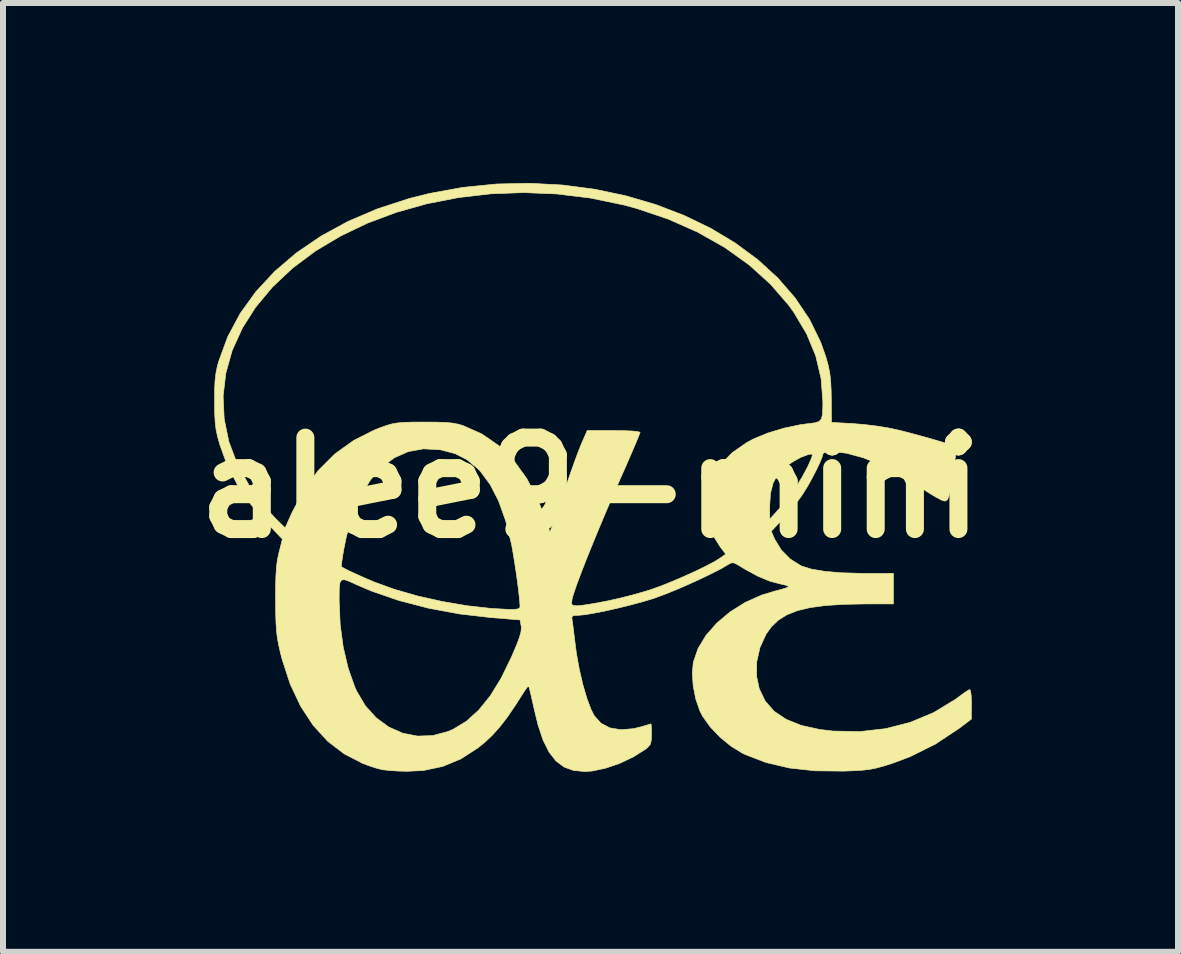
<source format=kicad_pcb>
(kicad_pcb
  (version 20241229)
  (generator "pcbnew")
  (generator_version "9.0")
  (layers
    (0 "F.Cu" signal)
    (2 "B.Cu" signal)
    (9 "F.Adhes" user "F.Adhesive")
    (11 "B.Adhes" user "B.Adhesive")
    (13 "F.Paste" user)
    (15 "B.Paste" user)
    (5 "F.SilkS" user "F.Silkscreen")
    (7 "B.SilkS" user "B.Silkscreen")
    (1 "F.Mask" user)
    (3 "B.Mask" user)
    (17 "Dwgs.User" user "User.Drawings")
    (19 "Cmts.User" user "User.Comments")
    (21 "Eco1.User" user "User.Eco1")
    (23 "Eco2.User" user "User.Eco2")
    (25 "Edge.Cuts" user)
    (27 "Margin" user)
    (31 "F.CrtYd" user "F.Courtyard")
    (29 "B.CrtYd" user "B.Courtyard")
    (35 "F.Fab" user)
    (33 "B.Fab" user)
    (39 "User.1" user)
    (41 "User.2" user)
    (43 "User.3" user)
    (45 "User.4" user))
  (footprint "alee9-mini"
    (layer "F.Cu")
    (at 6.793 5.079)
    (property "Reference" "alee9-mini" (at 0 0 0) (layer "F.SilkS") (effects (font (size 1.524 1.524) (thickness 0.3))))
    (attr through_hole)
    (fp_poly (pts (xy -0.466 -5.045) (xy 0.069 -4.975) (xy 0.587 -4.866) (xy 1.085 -4.72) (xy 1.558 -4.539) (xy 2.003 -4.324) (xy 2.414 -4.077) (xy 2.789 -3.8) (xy 3.123 -3.494) (xy 3.411 -3.162) (xy 3.651 -2.804) (xy 3.837 -2.423) (xy 3.924 -2.175) (xy 3.963 -2.034) (xy 3.988 -1.907) (xy 4.003 -1.774) (xy 4.011 -1.612) (xy 4.013 -1.489) (xy 4.016 -1.088) (xy 4.366 -1.069) (xy 4.553 -1.054) (xy 4.76 -1.029) (xy 4.952 -0.999) (xy 5.025 -0.984) (xy 5.147 -0.957) (xy 5.297 -0.919) (xy 5.461 -0.875) (xy 5.628 -0.829) (xy 5.786 -0.783) (xy 5.923 -0.742) (xy 6.027 -0.708) (xy 6.086 -0.685) (xy 6.094 -0.68) (xy 6.095 -0.642) (xy 6.086 -0.546) (xy 6.066 -0.399) (xy 6.036 -0.206) (xy 5.997 0.024) (xy 5.975 0.134) (xy 5.952 0.195) (xy 5.922 0.219) (xy 5.898 0.222) (xy 5.848 0.205) (xy 5.758 0.158) (xy 5.642 0.088) (xy 5.511 0.003) (xy 5.501 -0.003) (xy 5.172 -0.21) (xy 4.851 -0.376) (xy 4.547 -0.499) (xy 4.265 -0.575) (xy 4.014 -0.603) (xy 4.008 -0.603) (xy 3.912 -0.594) (xy 3.874 -0.567) (xy 3.873 -0.563) (xy 3.858 -0.505) (xy 3.817 -0.407) (xy 3.758 -0.283) (xy 3.687 -0.147) (xy 3.612 -0.013) (xy 3.539 0.104) (xy 3.524 0.127) (xy 3.437 0.246) (xy 3.327 0.382) (xy 3.216 0.509) (xy 3.203 0.523) (xy 3.012 0.727) (xy 3.074 0.866) (xy 3.18 1.038) (xy 3.329 1.189) (xy 3.502 1.298) (xy 3.52 1.307) (xy 3.682 1.357) (xy 3.902 1.394) (xy 4.179 1.418) (xy 4.517 1.428) (xy 4.612 1.429) (xy 5.048 1.429) (xy 5.048 1.937) (xy 4.596 1.937) (xy 4.23 1.944) (xy 3.921 1.963) (xy 3.662 1.998) (xy 3.448 2.049) (xy 3.272 2.119) (xy 3.129 2.209) (xy 3.013 2.321) (xy 2.927 2.44) (xy 2.824 2.663) (xy 2.77 2.905) (xy 2.769 3.148) (xy 2.813 3.354) (xy 2.913 3.559) (xy 3.062 3.728) (xy 3.263 3.862) (xy 3.515 3.963) (xy 3.819 4.03) (xy 4.039 4.056) (xy 4.488 4.065) (xy 4.921 4.016) (xy 5.332 3.91) (xy 5.718 3.749) (xy 6.074 3.533) (xy 6.145 3.481) (xy 6.23 3.419) (xy 6.295 3.377) (xy 6.323 3.365) (xy 6.335 3.395) (xy 6.345 3.472) (xy 6.349 3.582) (xy 6.349 3.612) (xy 6.347 3.858) (xy 6.137 4.016) (xy 5.749 4.273) (xy 5.327 4.483) (xy 5.038 4.592) (xy 4.889 4.639) (xy 4.767 4.672) (xy 4.653 4.695) (xy 4.529 4.709) (xy 4.375 4.718) (xy 4.224 4.724) (xy 3.747 4.719) (xy 3.315 4.672) (xy 2.926 4.581) (xy 2.577 4.447) (xy 2.53 4.424) (xy 2.34 4.307) (xy 2.156 4.156) (xy 1.994 3.985) (xy 1.869 3.81) (xy 1.824 3.724) (xy 1.754 3.522) (xy 1.711 3.302) (xy 1.697 3.088) (xy 1.713 2.91) (xy 1.791 2.683) (xy 1.924 2.463) (xy 2.105 2.257) (xy 2.325 2.071) (xy 2.577 1.913) (xy 2.852 1.79) (xy 3.077 1.722) (xy 3.186 1.694) (xy 3.266 1.668) (xy 3.302 1.65) (xy 3.302 1.648) (xy 3.274 1.631) (xy 3.203 1.612) (xy 3.17 1.606) (xy 2.99 1.559) (xy 2.785 1.473) (xy 2.572 1.357) (xy 2.543 1.339) (xy 2.448 1.281) (xy 2.389 1.253) (xy 2.347 1.253) (xy 2.303 1.275) (xy 2.289 1.284) (xy 2.178 1.349) (xy 2.022 1.429) (xy 1.836 1.519) (xy 1.634 1.611) (xy 1.431 1.699) (xy 1.24 1.776) (xy 1.077 1.837) (xy 1.032 1.852) (xy 0.85 1.906) (xy 0.648 1.96) (xy 0.438 2.011) (xy 0.235 2.057) (xy 0.05 2.093) (xy -0.101 2.118) (xy -0.205 2.127) (xy -0.209 2.127) (xy -0.284 2.131) (xy -0.311 2.153) (xy -0.307 2.208) (xy -0.306 2.215) (xy -0.294 2.295) (xy -0.28 2.408) (xy -0.27 2.492) (xy -0.235 2.764) (xy -0.186 3.033) (xy -0.127 3.286) (xy -0.061 3.512) (xy 0.009 3.697) (xy 0.063 3.802) (xy 0.174 3.926) (xy 0.324 4.004) (xy 0.508 4.034) (xy 0.718 4.016) (xy 0.844 3.985) (xy 0.934 3.958) (xy 0.994 3.941) (xy 1.008 3.937) (xy 1.012 3.966) (xy 1.015 4.04) (xy 1.016 4.11) (xy 1.012 4.214) (xy 0.995 4.279) (xy 0.953 4.329) (xy 0.913 4.361) (xy 0.712 4.488) (xy 0.484 4.596) (xy 0.248 4.676) (xy 0.024 4.723) (xy -0.097 4.731) (xy -0.283 4.713) (xy -0.441 4.656) (xy -0.576 4.555) (xy -0.691 4.408) (xy -0.79 4.209) (xy -0.875 3.955) (xy -0.937 3.699) (xy -0.97 3.553) (xy -0.998 3.43) (xy -1.019 3.345) (xy -1.031 3.309) (xy -1.031 3.308) (xy -1.053 3.324) (xy -1.093 3.377) (xy -1.099 3.387) (xy -1.255 3.631) (xy -1.391 3.83) (xy -1.516 3.991) (xy -1.637 4.126) (xy -1.762 4.244) (xy -1.876 4.336) (xy -2.162 4.521) (xy -2.463 4.646) (xy -2.786 4.714) (xy -3.063 4.727) (xy -3.21 4.723) (xy -3.348 4.714) (xy -3.455 4.702) (xy -3.479 4.698) (xy -3.579 4.672) (xy -3.706 4.63) (xy -3.8 4.594) (xy -4.108 4.435) (xy -4.384 4.223) (xy -4.626 3.957) (xy -4.833 3.64) (xy -5.006 3.273) (xy -5.142 2.857) (xy -5.166 2.762) (xy -5.197 2.627) (xy -5.22 2.506) (xy -5.234 2.384) (xy -5.243 2.244) (xy -5.248 2.071) (xy -5.25 1.889) (xy -4.19 1.889) (xy -4.173 2.28) (xy -4.122 2.659) (xy -4.039 3.012) (xy -3.928 3.325) (xy -3.899 3.389) (xy -3.753 3.636) (xy -3.571 3.837) (xy -3.361 3.99) (xy -3.13 4.092) (xy -2.885 4.14) (xy -2.632 4.132) (xy -2.379 4.065) (xy -2.29 4.027) (xy -2.068 3.892) (xy -1.863 3.707) (xy -1.671 3.469) (xy -1.489 3.174) (xy -1.317 2.82) (xy -1.308 2.799) (xy -1.234 2.626) (xy -1.186 2.499) (xy -1.16 2.407) (xy -1.153 2.339) (xy -1.156 2.306) (xy -1.175 2.204) (xy -1.659 2.165) (xy -2.186 2.104) (xy -2.702 2.008) (xy -3.195 1.88) (xy -3.65 1.723) (xy -3.894 1.619) (xy -4.016 1.563) (xy -4.099 1.534) (xy -4.15 1.539) (xy -4.177 1.583) (xy -4.188 1.675) (xy -4.19 1.821) (xy -4.19 1.889) (xy -5.25 1.889) (xy -5.25 1.873) (xy -5.249 1.643) (xy -5.244 1.464) (xy -5.234 1.321) (xy -5.233 1.309) (xy -4.154 1.309) (xy -4.153 1.317) (xy -4.108 1.344) (xy -4.018 1.389) (xy -3.897 1.445) (xy -3.758 1.507) (xy -3.615 1.568) (xy -3.613 1.569) (xy -3.269 1.694) (xy -2.882 1.805) (xy -2.47 1.897) (xy -2.053 1.968) (xy -1.651 2.013) (xy -1.373 2.028) (xy -1.263 2.028) (xy -1.203 2.019) (xy -1.178 1.998) (xy -1.175 1.975) (xy -1.18 1.897) (xy -1.193 1.772) (xy -1.212 1.615) (xy -1.236 1.441) (xy -1.262 1.266) (xy -1.288 1.105) (xy -1.311 0.973) (xy -1.317 0.942) (xy -1.414 0.553) (xy -1.532 0.222) (xy -1.672 -0.051) (xy -1.833 -0.269) (xy -1.881 -0.319) (xy -2.062 -0.468) (xy -2.258 -0.568) (xy -2.489 -0.629) (xy -2.515 -0.633) (xy -2.785 -0.648) (xy -3.037 -0.602) (xy -3.27 -0.499) (xy -3.481 -0.341) (xy -3.668 -0.129) (xy -3.829 0.134) (xy -3.964 0.447) (xy -4.068 0.808) (xy -4.113 1.028) (xy -4.134 1.153) (xy -4.148 1.251) (xy -4.154 1.309) (xy -5.233 1.309) (xy -5.219 1.202) (xy -5.196 1.093) (xy -5.194 1.087) (xy -5.136 0.856) (xy -5.387 0.595) (xy -5.667 0.272) (xy -5.89 -0.056) (xy -6.064 -0.399) (xy -6.18 -0.72) (xy -6.216 -0.85) (xy -6.241 -0.964) (xy -6.256 -1.084) (xy -6.264 -1.228) (xy -6.267 -1.414) (xy -6.267 -1.429) (xy -6.266 -1.526) (xy -6.124 -1.526) (xy -6.106 -1.144) (xy -6.028 -0.766) (xy -5.888 -0.394) (xy -5.688 -0.034) (xy -5.56 0.147) (xy -5.46 0.274) (xy -5.354 0.4) (xy -5.26 0.503) (xy -5.231 0.533) (xy -5.09 0.67) (xy -4.976 0.415) (xy -4.776 0.039) (xy -4.539 -0.286) (xy -4.263 -0.562) (xy -3.947 -0.788) (xy -3.591 -0.967) (xy -3.493 -1.005) (xy -3.394 -1.039) (xy -3.308 -1.064) (xy -3.219 -1.079) (xy -3.112 -1.088) (xy -2.972 -1.093) (xy -2.784 -1.094) (xy -2.778 -1.094) (xy -2.574 -1.093) (xy -2.42 -1.088) (xy -2.302 -1.077) (xy -2.207 -1.059) (xy -2.127 -1.036) (xy -1.813 -0.897) (xy -1.531 -0.703) (xy -1.28 -0.454) (xy -1.062 -0.151) (xy -0.877 0.205) (xy -0.778 0.453) (xy -0.676 0.74) (xy -0.625 0.6) (xy -0.597 0.523) (xy -0.554 0.398) (xy -0.5 0.242) (xy -0.44 0.066) (xy -0.401 -0.048) (xy -0.337 -0.235) (xy -0.272 -0.417) (xy -0.212 -0.579) (xy -0.163 -0.705) (xy -0.142 -0.754) (xy -0.055 -0.953) (xy 0.385 -0.953) (xy 0.559 -0.95) (xy 0.695 -0.945) (xy 0.787 -0.935) (xy 0.825 -0.924) (xy 0.826 -0.922) (xy 0.813 -0.886) (xy 0.778 -0.8) (xy 0.724 -0.672) (xy 0.655 -0.511) (xy 0.574 -0.325) (xy 0.504 -0.168) (xy 0.383 0.108) (xy 0.263 0.388) (xy 0.147 0.664) (xy 0.038 0.929) (xy -0.062 1.175) (xy -0.148 1.396) (xy -0.219 1.584) (xy -0.271 1.732) (xy -0.302 1.832) (xy -0.308 1.858) (xy -0.316 1.932) (xy -0.297 1.962) (xy -0.236 1.968) (xy -0.222 1.968) (xy -0.152 1.962) (xy -0.035 1.945) (xy 0.112 1.92) (xy 0.273 1.889) (xy 0.282 1.888) (xy 0.475 1.845) (xy 0.686 1.792) (xy 0.884 1.736) (xy 1.01 1.697) (xy 1.175 1.638) (xy 1.363 1.562) (xy 1.56 1.478) (xy 1.753 1.39) (xy 1.926 1.306) (xy 2.068 1.231) (xy 2.159 1.174) (xy 2.255 1.106) (xy 2.164 0.99) (xy 2.02 0.761) (xy 1.936 0.525) (xy 1.913 0.304) (xy 2.986 0.304) (xy 2.986 0.318) (xy 2.987 0.524) (xy 3.132 0.366) (xy 3.233 0.248) (xy 3.338 0.114) (xy 3.396 0.033) (xy 3.518 -0.161) (xy 3.621 -0.352) (xy 3.684 -0.494) (xy 3.7 -0.548) (xy 3.678 -0.562) (xy 3.627 -0.552) (xy 3.512 -0.509) (xy 3.381 -0.438) (xy 3.255 -0.353) (xy 3.156 -0.268) (xy 3.12 -0.224) (xy 3.043 -0.077) (xy 2.999 0.094) (xy 2.986 0.304) (xy 1.913 0.304) (xy 1.911 0.286) (xy 1.943 0.05) (xy 2.03 -0.178) (xy 2.17 -0.391) (xy 2.362 -0.584) (xy 2.604 -0.752) (xy 2.715 -0.812) (xy 2.952 -0.91) (xy 3.222 -0.992) (xy 3.496 -1.05) (xy 3.641 -1.069) (xy 3.744 -1.082) (xy 3.81 -1.104) (xy 3.849 -1.147) (xy 3.867 -1.224) (xy 3.872 -1.346) (xy 3.873 -1.429) (xy 3.843 -1.82) (xy 3.754 -2.197) (xy 3.602 -2.564) (xy 3.389 -2.922) (xy 3.304 -3.041) (xy 3 -3.392) (xy 2.643 -3.714) (xy 2.237 -4.004) (xy 1.787 -4.259) (xy 1.295 -4.477) (xy 0.767 -4.655) (xy 0.551 -4.713) (xy -0.002 -4.828) (xy -0.559 -4.896) (xy -1.115 -4.919) (xy -1.666 -4.898) (xy -2.206 -4.835) (xy -2.731 -4.732) (xy -3.236 -4.59) (xy -3.717 -4.41) (xy -4.168 -4.194) (xy -4.586 -3.945) (xy -4.964 -3.662) (xy -5.299 -3.348) (xy -5.585 -3.005) (xy -5.804 -2.659) (xy -5.973 -2.287) (xy -6.079 -1.908) (xy -6.124 -1.526) (xy -6.266 -1.526) (xy -6.266 -1.625) (xy -6.259 -1.776) (xy -6.245 -1.901) (xy -6.222 -2.017) (xy -6.198 -2.105) (xy -6.048 -2.514) (xy -5.84 -2.903) (xy -5.578 -3.267) (xy -5.264 -3.605) (xy -4.901 -3.915) (xy -4.493 -4.193) (xy -4.042 -4.439) (xy -3.551 -4.648) (xy -3.023 -4.82) (xy -2.687 -4.904) (xy -2.128 -5.006) (xy -1.568 -5.062) (xy -1.013 -5.074) (xy -0.466 -5.045)) (stroke (width 0.01) (type solid)) (fill yes) (layer "F.SilkS")))
  (gr_rect
    (start -3 -3)
    (end 16.585 12.815)
    (stroke (width 0.1) (type default))
    (fill no)
    (layer "Edge.Cuts")))
</source>
